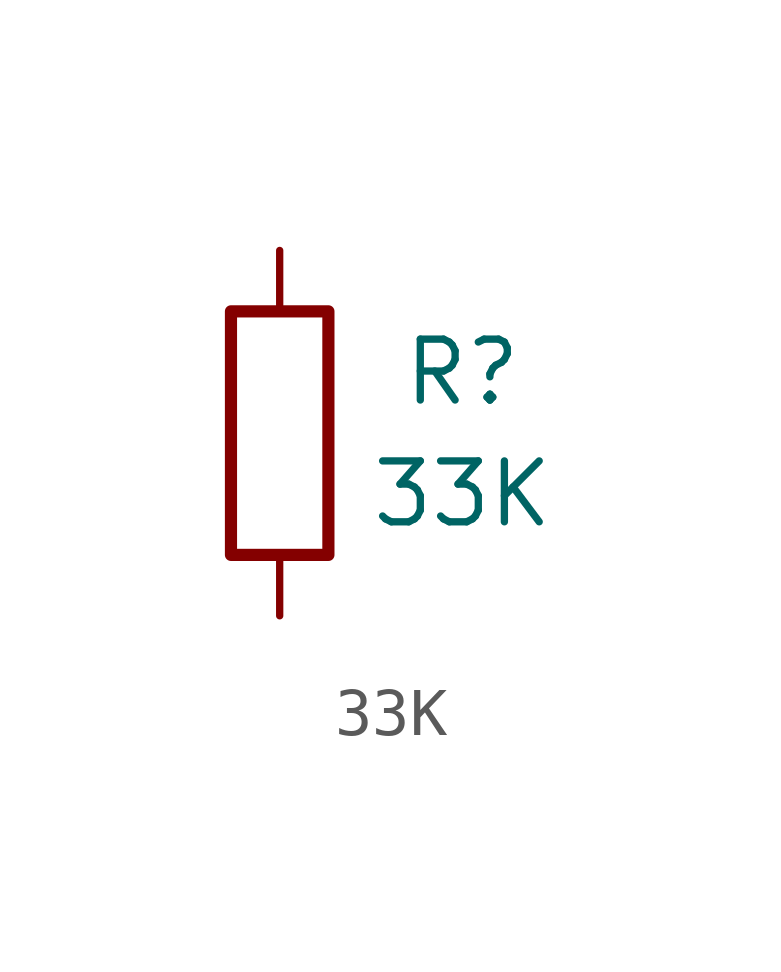
<source format=kicad_sym>
(kicad_symbol_lib
  (version 20241209)
  (generator "kicad_symbol_editor")
  (generator_version "9.0")
  (symbol "33K"
    (pin_numbers
      (hide yes))
    (pin_names
      (offset 0))
    (property "Reference" "R"
      (at 3.81 1.27 0)
      (effects (font (size 1.27 1.27))))
    (property "Value" "33K"
      (at 3.81 -1.27 0)
      (effects (font (size 1.27 1.27))))
    (symbol "33K_0_1"
      (rectangle (start -1.016 -2.54) (end 1.016 2.54) (stroke (width 0.254) (type solid)) (fill (type none))))
    (symbol "33K_1_1"
      (pin passive line (at 0 3.81 270) (length 1.27) (name "~" (effects (font (size 1.27 1.27)))) (number "1" (effects (font (size 1.27 1.27)))))
      (pin passive line (at 0 -3.81 90) (length 1.27) (name "~" (effects (font (size 1.27 1.27)))) (number "2" (effects (font (size 1.27 1.27))))))))
</source>
